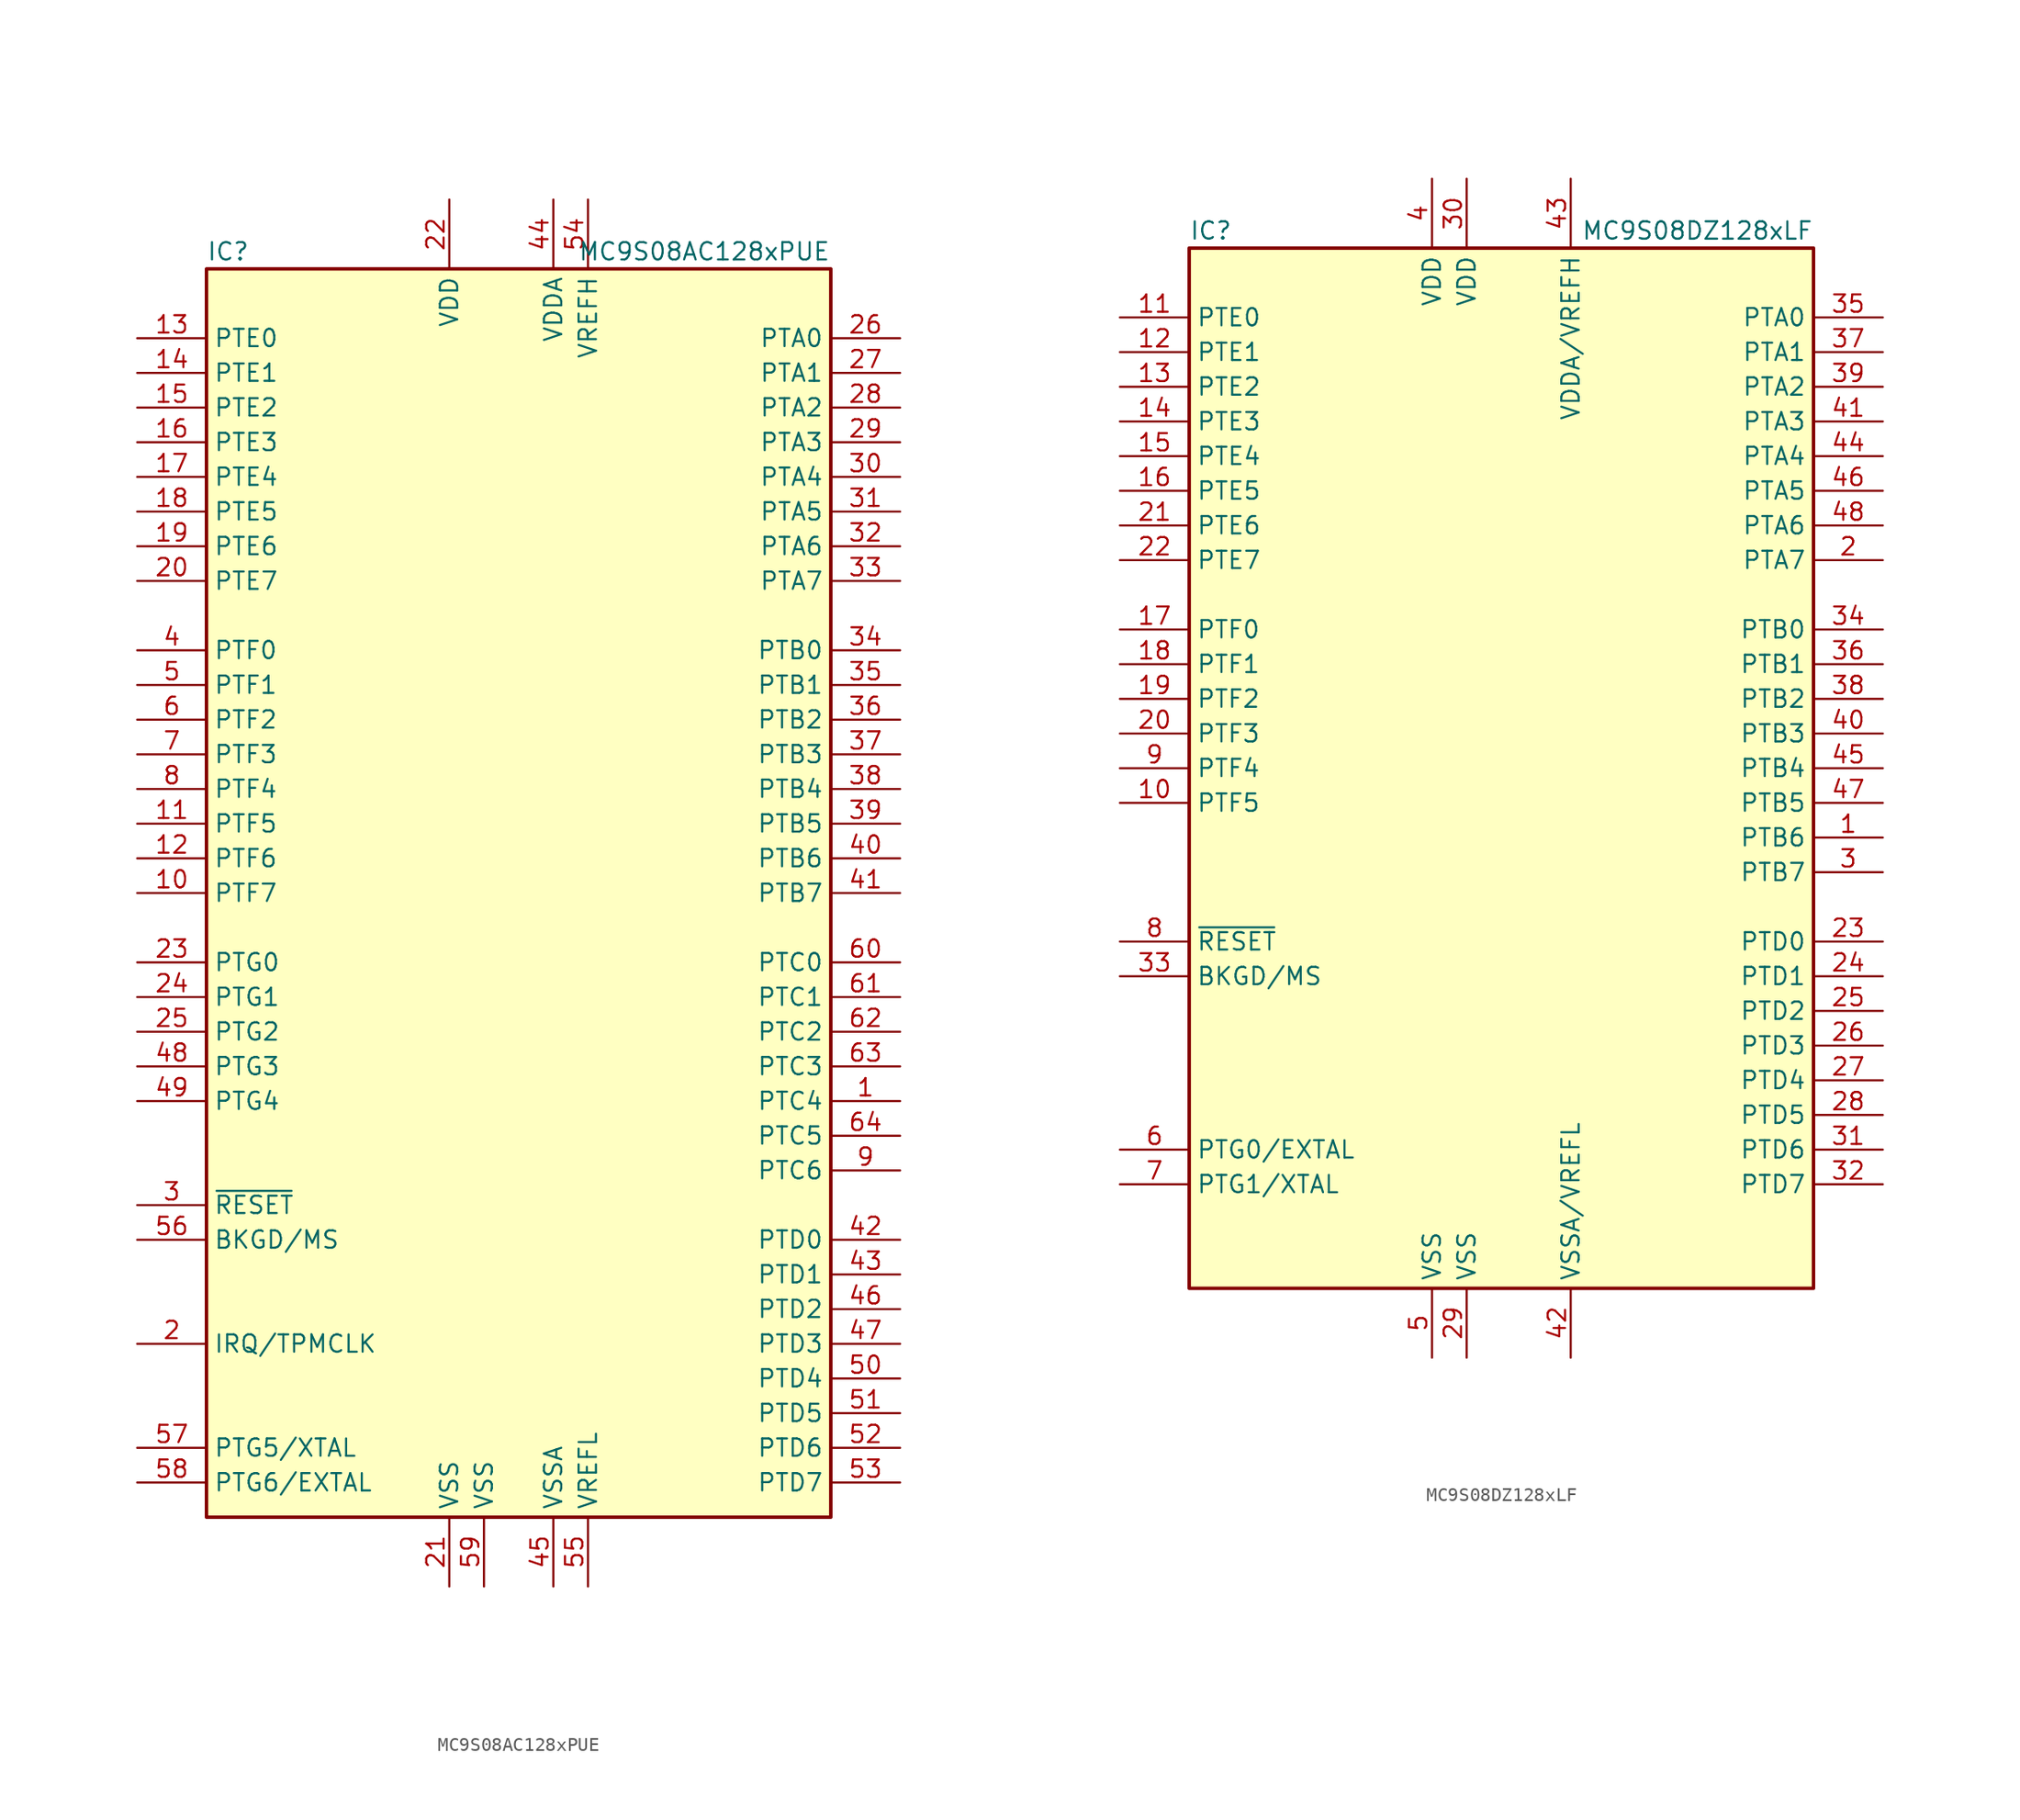
<source format=kicad_sym>
(kicad_symbol_lib
  (version 20211014)
  (generator kicad_symbol_editor)
  (symbol "MC9S08AC128xPUE"
    (property "Reference" "IC"
      (at -22.86 46.99 0)
      (effects (font (size 1.27 1.27)) (justify left)))
    (property "Value" "MC9S08AC128xPUE"
      (at 22.86 46.99 0)
      (effects (font (size 1.27 1.27)) (justify right)))
    (symbol "MC9S08AC128xPUE_0_1"
      (rectangle (start -22.86 45.72) (end 22.86 -45.72) (stroke (width 0.254) (type default) (color 0 0 0 0)) (fill (type background))))
    (symbol "MC9S08AC128xPUE_1_1"
      (pin bidirectional line (at 27.94 -15.24 180) (length 5.08) (name "PTC4" (effects (font (size 1.27 1.27)))) (number "1" (effects (font (size 1.27 1.27)))))
      (pin bidirectional line (at -27.94 0 0) (length 5.08) (name "PTF7" (effects (font (size 1.27 1.27)))) (number "10" (effects (font (size 1.27 1.27)))))
      (pin bidirectional line (at -27.94 5.08 0) (length 5.08) (name "PTF5" (effects (font (size 1.27 1.27)))) (number "11" (effects (font (size 1.27 1.27)))))
      (pin bidirectional line (at -27.94 2.54 0) (length 5.08) (name "PTF6" (effects (font (size 1.27 1.27)))) (number "12" (effects (font (size 1.27 1.27)))))
      (pin bidirectional line (at -27.94 40.64 0) (length 5.08) (name "PTE0" (effects (font (size 1.27 1.27)))) (number "13" (effects (font (size 1.27 1.27)))))
      (pin bidirectional line (at -27.94 38.1 0) (length 5.08) (name "PTE1" (effects (font (size 1.27 1.27)))) (number "14" (effects (font (size 1.27 1.27)))))
      (pin bidirectional line (at -27.94 35.56 0) (length 5.08) (name "PTE2" (effects (font (size 1.27 1.27)))) (number "15" (effects (font (size 1.27 1.27)))))
      (pin bidirectional line (at -27.94 33.02 0) (length 5.08) (name "PTE3" (effects (font (size 1.27 1.27)))) (number "16" (effects (font (size 1.27 1.27)))))
      (pin bidirectional line (at -27.94 30.48 0) (length 5.08) (name "PTE4" (effects (font (size 1.27 1.27)))) (number "17" (effects (font (size 1.27 1.27)))))
      (pin bidirectional line (at -27.94 27.94 0) (length 5.08) (name "PTE5" (effects (font (size 1.27 1.27)))) (number "18" (effects (font (size 1.27 1.27)))))
      (pin bidirectional line (at -27.94 25.4 0) (length 5.08) (name "PTE6" (effects (font (size 1.27 1.27)))) (number "19" (effects (font (size 1.27 1.27)))))
      (pin input line (at -27.94 -33.02 0) (length 5.08) (name "IRQ/TPMCLK" (effects (font (size 1.27 1.27)))) (number "2" (effects (font (size 1.27 1.27)))))
      (pin bidirectional line (at -27.94 22.86 0) (length 5.08) (name "PTE7" (effects (font (size 1.27 1.27)))) (number "20" (effects (font (size 1.27 1.27)))))
      (pin power_in line (at -5.08 -50.8 90) (length 5.08) (name "VSS" (effects (font (size 1.27 1.27)))) (number "21" (effects (font (size 1.27 1.27)))))
      (pin power_in line (at -5.08 50.8 270) (length 5.08) (name "VDD" (effects (font (size 1.27 1.27)))) (number "22" (effects (font (size 1.27 1.27)))))
      (pin bidirectional line (at -27.94 -5.08 0) (length 5.08) (name "PTG0" (effects (font (size 1.27 1.27)))) (number "23" (effects (font (size 1.27 1.27)))))
      (pin bidirectional line (at -27.94 -7.62 0) (length 5.08) (name "PTG1" (effects (font (size 1.27 1.27)))) (number "24" (effects (font (size 1.27 1.27)))))
      (pin bidirectional line (at -27.94 -10.16 0) (length 5.08) (name "PTG2" (effects (font (size 1.27 1.27)))) (number "25" (effects (font (size 1.27 1.27)))))
      (pin bidirectional line (at 27.94 40.64 180) (length 5.08) (name "PTA0" (effects (font (size 1.27 1.27)))) (number "26" (effects (font (size 1.27 1.27)))))
      (pin bidirectional line (at 27.94 38.1 180) (length 5.08) (name "PTA1" (effects (font (size 1.27 1.27)))) (number "27" (effects (font (size 1.27 1.27)))))
      (pin bidirectional line (at 27.94 35.56 180) (length 5.08) (name "PTA2" (effects (font (size 1.27 1.27)))) (number "28" (effects (font (size 1.27 1.27)))))
      (pin bidirectional line (at 27.94 33.02 180) (length 5.08) (name "PTA3" (effects (font (size 1.27 1.27)))) (number "29" (effects (font (size 1.27 1.27)))))
      (pin input line (at -27.94 -22.86 0) (length 5.08) (name "~{RESET}" (effects (font (size 1.27 1.27)))) (number "3" (effects (font (size 1.27 1.27)))))
      (pin bidirectional line (at 27.94 30.48 180) (length 5.08) (name "PTA4" (effects (font (size 1.27 1.27)))) (number "30" (effects (font (size 1.27 1.27)))))
      (pin bidirectional line (at 27.94 27.94 180) (length 5.08) (name "PTA5" (effects (font (size 1.27 1.27)))) (number "31" (effects (font (size 1.27 1.27)))))
      (pin bidirectional line (at 27.94 25.4 180) (length 5.08) (name "PTA6" (effects (font (size 1.27 1.27)))) (number "32" (effects (font (size 1.27 1.27)))))
      (pin bidirectional line (at 27.94 22.86 180) (length 5.08) (name "PTA7" (effects (font (size 1.27 1.27)))) (number "33" (effects (font (size 1.27 1.27)))))
      (pin bidirectional line (at 27.94 17.78 180) (length 5.08) (name "PTB0" (effects (font (size 1.27 1.27)))) (number "34" (effects (font (size 1.27 1.27)))))
      (pin bidirectional line (at 27.94 15.24 180) (length 5.08) (name "PTB1" (effects (font (size 1.27 1.27)))) (number "35" (effects (font (size 1.27 1.27)))))
      (pin bidirectional line (at 27.94 12.7 180) (length 5.08) (name "PTB2" (effects (font (size 1.27 1.27)))) (number "36" (effects (font (size 1.27 1.27)))))
      (pin bidirectional line (at 27.94 10.16 180) (length 5.08) (name "PTB3" (effects (font (size 1.27 1.27)))) (number "37" (effects (font (size 1.27 1.27)))))
      (pin bidirectional line (at 27.94 7.62 180) (length 5.08) (name "PTB4" (effects (font (size 1.27 1.27)))) (number "38" (effects (font (size 1.27 1.27)))))
      (pin bidirectional line (at 27.94 5.08 180) (length 5.08) (name "PTB5" (effects (font (size 1.27 1.27)))) (number "39" (effects (font (size 1.27 1.27)))))
      (pin bidirectional line (at -27.94 17.78 0) (length 5.08) (name "PTF0" (effects (font (size 1.27 1.27)))) (number "4" (effects (font (size 1.27 1.27)))))
      (pin bidirectional line (at 27.94 2.54 180) (length 5.08) (name "PTB6" (effects (font (size 1.27 1.27)))) (number "40" (effects (font (size 1.27 1.27)))))
      (pin bidirectional line (at 27.94 0 180) (length 5.08) (name "PTB7" (effects (font (size 1.27 1.27)))) (number "41" (effects (font (size 1.27 1.27)))))
      (pin bidirectional line (at 27.94 -25.4 180) (length 5.08) (name "PTD0" (effects (font (size 1.27 1.27)))) (number "42" (effects (font (size 1.27 1.27)))))
      (pin bidirectional line (at 27.94 -27.94 180) (length 5.08) (name "PTD1" (effects (font (size 1.27 1.27)))) (number "43" (effects (font (size 1.27 1.27)))))
      (pin power_in line (at 2.54 50.8 270) (length 5.08) (name "VDDA" (effects (font (size 1.27 1.27)))) (number "44" (effects (font (size 1.27 1.27)))))
      (pin power_in line (at 2.54 -50.8 90) (length 5.08) (name "VSSA" (effects (font (size 1.27 1.27)))) (number "45" (effects (font (size 1.27 1.27)))))
      (pin bidirectional line (at 27.94 -30.48 180) (length 5.08) (name "PTD2" (effects (font (size 1.27 1.27)))) (number "46" (effects (font (size 1.27 1.27)))))
      (pin bidirectional line (at 27.94 -33.02 180) (length 5.08) (name "PTD3" (effects (font (size 1.27 1.27)))) (number "47" (effects (font (size 1.27 1.27)))))
      (pin bidirectional line (at -27.94 -12.7 0) (length 5.08) (name "PTG3" (effects (font (size 1.27 1.27)))) (number "48" (effects (font (size 1.27 1.27)))))
      (pin bidirectional line (at -27.94 -15.24 0) (length 5.08) (name "PTG4" (effects (font (size 1.27 1.27)))) (number "49" (effects (font (size 1.27 1.27)))))
      (pin bidirectional line (at -27.94 15.24 0) (length 5.08) (name "PTF1" (effects (font (size 1.27 1.27)))) (number "5" (effects (font (size 1.27 1.27)))))
      (pin bidirectional line (at 27.94 -35.56 180) (length 5.08) (name "PTD4" (effects (font (size 1.27 1.27)))) (number "50" (effects (font (size 1.27 1.27)))))
      (pin bidirectional line (at 27.94 -38.1 180) (length 5.08) (name "PTD5" (effects (font (size 1.27 1.27)))) (number "51" (effects (font (size 1.27 1.27)))))
      (pin bidirectional line (at 27.94 -40.64 180) (length 5.08) (name "PTD6" (effects (font (size 1.27 1.27)))) (number "52" (effects (font (size 1.27 1.27)))))
      (pin bidirectional line (at 27.94 -43.18 180) (length 5.08) (name "PTD7" (effects (font (size 1.27 1.27)))) (number "53" (effects (font (size 1.27 1.27)))))
      (pin power_in line (at 5.08 50.8 270) (length 5.08) (name "VREFH" (effects (font (size 1.27 1.27)))) (number "54" (effects (font (size 1.27 1.27)))))
      (pin power_in line (at 5.08 -50.8 90) (length 5.08) (name "VREFL" (effects (font (size 1.27 1.27)))) (number "55" (effects (font (size 1.27 1.27)))))
      (pin bidirectional line (at -27.94 -25.4 0) (length 5.08) (name "BKGD/MS" (effects (font (size 1.27 1.27)))) (number "56" (effects (font (size 1.27 1.27)))))
      (pin bidirectional line (at -27.94 -40.64 0) (length 5.08) (name "PTG5/XTAL" (effects (font (size 1.27 1.27)))) (number "57" (effects (font (size 1.27 1.27)))))
      (pin bidirectional line (at -27.94 -43.18 0) (length 5.08) (name "PTG6/EXTAL" (effects (font (size 1.27 1.27)))) (number "58" (effects (font (size 1.27 1.27)))))
      (pin power_in line (at -2.54 -50.8 90) (length 5.08) (name "VSS" (effects (font (size 1.27 1.27)))) (number "59" (effects (font (size 1.27 1.27)))))
      (pin bidirectional line (at -27.94 12.7 0) (length 5.08) (name "PTF2" (effects (font (size 1.27 1.27)))) (number "6" (effects (font (size 1.27 1.27)))))
      (pin bidirectional line (at 27.94 -5.08 180) (length 5.08) (name "PTC0" (effects (font (size 1.27 1.27)))) (number "60" (effects (font (size 1.27 1.27)))))
      (pin bidirectional line (at 27.94 -7.62 180) (length 5.08) (name "PTC1" (effects (font (size 1.27 1.27)))) (number "61" (effects (font (size 1.27 1.27)))))
      (pin bidirectional line (at 27.94 -10.16 180) (length 5.08) (name "PTC2" (effects (font (size 1.27 1.27)))) (number "62" (effects (font (size 1.27 1.27)))))
      (pin bidirectional line (at 27.94 -12.7 180) (length 5.08) (name "PTC3" (effects (font (size 1.27 1.27)))) (number "63" (effects (font (size 1.27 1.27)))))
      (pin bidirectional line (at 27.94 -17.78 180) (length 5.08) (name "PTC5" (effects (font (size 1.27 1.27)))) (number "64" (effects (font (size 1.27 1.27)))))
      (pin bidirectional line (at -27.94 10.16 0) (length 5.08) (name "PTF3" (effects (font (size 1.27 1.27)))) (number "7" (effects (font (size 1.27 1.27)))))
      (pin bidirectional line (at -27.94 7.62 0) (length 5.08) (name "PTF4" (effects (font (size 1.27 1.27)))) (number "8" (effects (font (size 1.27 1.27)))))
      (pin bidirectional line (at 27.94 -20.32 180) (length 5.08) (name "PTC6" (effects (font (size 1.27 1.27)))) (number "9" (effects (font (size 1.27 1.27)))))))
  (symbol "MC9S08DZ128xLF"
    (property "Reference" "IC"
      (at -22.86 39.37 0)
      (effects (font (size 1.27 1.27)) (justify left)))
    (property "Value" "MC9S08DZ128xLF"
      (at 22.86 39.37 0)
      (effects (font (size 1.27 1.27)) (justify right)))
    (symbol "MC9S08DZ128xLF_0_1"
      (rectangle (start -22.86 38.1) (end 22.86 -38.1) (stroke (width 0.254) (type default) (color 0 0 0 0)) (fill (type background))))
    (symbol "MC9S08DZ128xLF_1_1"
      (pin bidirectional line (at 27.94 -5.08 180) (length 5.08) (name "PTB6" (effects (font (size 1.27 1.27)))) (number "1" (effects (font (size 1.27 1.27)))))
      (pin bidirectional line (at -27.94 -2.54 0) (length 5.08) (name "PTF5" (effects (font (size 1.27 1.27)))) (number "10" (effects (font (size 1.27 1.27)))))
      (pin bidirectional line (at -27.94 33.02 0) (length 5.08) (name "PTE0" (effects (font (size 1.27 1.27)))) (number "11" (effects (font (size 1.27 1.27)))))
      (pin bidirectional line (at -27.94 30.48 0) (length 5.08) (name "PTE1" (effects (font (size 1.27 1.27)))) (number "12" (effects (font (size 1.27 1.27)))))
      (pin bidirectional line (at -27.94 27.94 0) (length 5.08) (name "PTE2" (effects (font (size 1.27 1.27)))) (number "13" (effects (font (size 1.27 1.27)))))
      (pin bidirectional line (at -27.94 25.4 0) (length 5.08) (name "PTE3" (effects (font (size 1.27 1.27)))) (number "14" (effects (font (size 1.27 1.27)))))
      (pin bidirectional line (at -27.94 22.86 0) (length 5.08) (name "PTE4" (effects (font (size 1.27 1.27)))) (number "15" (effects (font (size 1.27 1.27)))))
      (pin bidirectional line (at -27.94 20.32 0) (length 5.08) (name "PTE5" (effects (font (size 1.27 1.27)))) (number "16" (effects (font (size 1.27 1.27)))))
      (pin bidirectional line (at -27.94 10.16 0) (length 5.08) (name "PTF0" (effects (font (size 1.27 1.27)))) (number "17" (effects (font (size 1.27 1.27)))))
      (pin bidirectional line (at -27.94 7.62 0) (length 5.08) (name "PTF1" (effects (font (size 1.27 1.27)))) (number "18" (effects (font (size 1.27 1.27)))))
      (pin bidirectional line (at -27.94 5.08 0) (length 5.08) (name "PTF2" (effects (font (size 1.27 1.27)))) (number "19" (effects (font (size 1.27 1.27)))))
      (pin bidirectional line (at 27.94 15.24 180) (length 5.08) (name "PTA7" (effects (font (size 1.27 1.27)))) (number "2" (effects (font (size 1.27 1.27)))))
      (pin bidirectional line (at -27.94 2.54 0) (length 5.08) (name "PTF3" (effects (font (size 1.27 1.27)))) (number "20" (effects (font (size 1.27 1.27)))))
      (pin bidirectional line (at -27.94 17.78 0) (length 5.08) (name "PTE6" (effects (font (size 1.27 1.27)))) (number "21" (effects (font (size 1.27 1.27)))))
      (pin bidirectional line (at -27.94 15.24 0) (length 5.08) (name "PTE7" (effects (font (size 1.27 1.27)))) (number "22" (effects (font (size 1.27 1.27)))))
      (pin bidirectional line (at 27.94 -12.7 180) (length 5.08) (name "PTD0" (effects (font (size 1.27 1.27)))) (number "23" (effects (font (size 1.27 1.27)))))
      (pin bidirectional line (at 27.94 -15.24 180) (length 5.08) (name "PTD1" (effects (font (size 1.27 1.27)))) (number "24" (effects (font (size 1.27 1.27)))))
      (pin bidirectional line (at 27.94 -17.78 180) (length 5.08) (name "PTD2" (effects (font (size 1.27 1.27)))) (number "25" (effects (font (size 1.27 1.27)))))
      (pin bidirectional line (at 27.94 -20.32 180) (length 5.08) (name "PTD3" (effects (font (size 1.27 1.27)))) (number "26" (effects (font (size 1.27 1.27)))))
      (pin bidirectional line (at 27.94 -22.86 180) (length 5.08) (name "PTD4" (effects (font (size 1.27 1.27)))) (number "27" (effects (font (size 1.27 1.27)))))
      (pin bidirectional line (at 27.94 -25.4 180) (length 5.08) (name "PTD5" (effects (font (size 1.27 1.27)))) (number "28" (effects (font (size 1.27 1.27)))))
      (pin power_in line (at -2.54 -43.18 90) (length 5.08) (name "VSS" (effects (font (size 1.27 1.27)))) (number "29" (effects (font (size 1.27 1.27)))))
      (pin bidirectional line (at 27.94 -7.62 180) (length 5.08) (name "PTB7" (effects (font (size 1.27 1.27)))) (number "3" (effects (font (size 1.27 1.27)))))
      (pin power_in line (at -2.54 43.18 270) (length 5.08) (name "VDD" (effects (font (size 1.27 1.27)))) (number "30" (effects (font (size 1.27 1.27)))))
      (pin bidirectional line (at 27.94 -27.94 180) (length 5.08) (name "PTD6" (effects (font (size 1.27 1.27)))) (number "31" (effects (font (size 1.27 1.27)))))
      (pin bidirectional line (at 27.94 -30.48 180) (length 5.08) (name "PTD7" (effects (font (size 1.27 1.27)))) (number "32" (effects (font (size 1.27 1.27)))))
      (pin bidirectional line (at -27.94 -15.24 0) (length 5.08) (name "BKGD/MS" (effects (font (size 1.27 1.27)))) (number "33" (effects (font (size 1.27 1.27)))))
      (pin bidirectional line (at 27.94 10.16 180) (length 5.08) (name "PTB0" (effects (font (size 1.27 1.27)))) (number "34" (effects (font (size 1.27 1.27)))))
      (pin bidirectional line (at 27.94 33.02 180) (length 5.08) (name "PTA0" (effects (font (size 1.27 1.27)))) (number "35" (effects (font (size 1.27 1.27)))))
      (pin bidirectional line (at 27.94 7.62 180) (length 5.08) (name "PTB1" (effects (font (size 1.27 1.27)))) (number "36" (effects (font (size 1.27 1.27)))))
      (pin bidirectional line (at 27.94 30.48 180) (length 5.08) (name "PTA1" (effects (font (size 1.27 1.27)))) (number "37" (effects (font (size 1.27 1.27)))))
      (pin bidirectional line (at 27.94 5.08 180) (length 5.08) (name "PTB2" (effects (font (size 1.27 1.27)))) (number "38" (effects (font (size 1.27 1.27)))))
      (pin bidirectional line (at 27.94 27.94 180) (length 5.08) (name "PTA2" (effects (font (size 1.27 1.27)))) (number "39" (effects (font (size 1.27 1.27)))))
      (pin power_in line (at -5.08 43.18 270) (length 5.08) (name "VDD" (effects (font (size 1.27 1.27)))) (number "4" (effects (font (size 1.27 1.27)))))
      (pin bidirectional line (at 27.94 2.54 180) (length 5.08) (name "PTB3" (effects (font (size 1.27 1.27)))) (number "40" (effects (font (size 1.27 1.27)))))
      (pin bidirectional line (at 27.94 25.4 180) (length 5.08) (name "PTA3" (effects (font (size 1.27 1.27)))) (number "41" (effects (font (size 1.27 1.27)))))
      (pin power_in line (at 5.08 -43.18 90) (length 5.08) (name "VSSA/VREFL" (effects (font (size 1.27 1.27)))) (number "42" (effects (font (size 1.27 1.27)))))
      (pin power_in line (at 5.08 43.18 270) (length 5.08) (name "VDDA/VREFH" (effects (font (size 1.27 1.27)))) (number "43" (effects (font (size 1.27 1.27)))))
      (pin bidirectional line (at 27.94 22.86 180) (length 5.08) (name "PTA4" (effects (font (size 1.27 1.27)))) (number "44" (effects (font (size 1.27 1.27)))))
      (pin bidirectional line (at 27.94 0 180) (length 5.08) (name "PTB4" (effects (font (size 1.27 1.27)))) (number "45" (effects (font (size 1.27 1.27)))))
      (pin bidirectional line (at 27.94 20.32 180) (length 5.08) (name "PTA5" (effects (font (size 1.27 1.27)))) (number "46" (effects (font (size 1.27 1.27)))))
      (pin bidirectional line (at 27.94 -2.54 180) (length 5.08) (name "PTB5" (effects (font (size 1.27 1.27)))) (number "47" (effects (font (size 1.27 1.27)))))
      (pin bidirectional line (at 27.94 17.78 180) (length 5.08) (name "PTA6" (effects (font (size 1.27 1.27)))) (number "48" (effects (font (size 1.27 1.27)))))
      (pin power_in line (at -5.08 -43.18 90) (length 5.08) (name "VSS" (effects (font (size 1.27 1.27)))) (number "5" (effects (font (size 1.27 1.27)))))
      (pin bidirectional line (at -27.94 -27.94 0) (length 5.08) (name "PTG0/EXTAL" (effects (font (size 1.27 1.27)))) (number "6" (effects (font (size 1.27 1.27)))))
      (pin bidirectional line (at -27.94 -30.48 0) (length 5.08) (name "PTG1/XTAL" (effects (font (size 1.27 1.27)))) (number "7" (effects (font (size 1.27 1.27)))))
      (pin input line (at -27.94 -12.7 0) (length 5.08) (name "~{RESET}" (effects (font (size 1.27 1.27)))) (number "8" (effects (font (size 1.27 1.27)))))
      (pin bidirectional line (at -27.94 0 0) (length 5.08) (name "PTF4" (effects (font (size 1.27 1.27)))) (number "9" (effects (font (size 1.27 1.27))))))))
</source>
